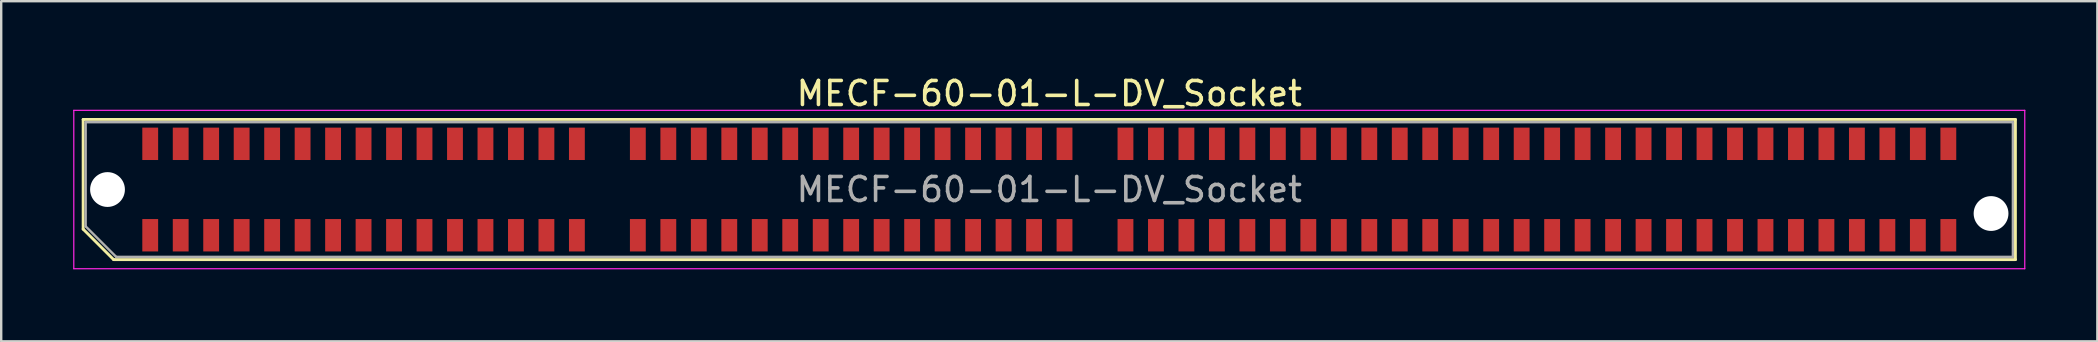
<source format=kicad_pcb>
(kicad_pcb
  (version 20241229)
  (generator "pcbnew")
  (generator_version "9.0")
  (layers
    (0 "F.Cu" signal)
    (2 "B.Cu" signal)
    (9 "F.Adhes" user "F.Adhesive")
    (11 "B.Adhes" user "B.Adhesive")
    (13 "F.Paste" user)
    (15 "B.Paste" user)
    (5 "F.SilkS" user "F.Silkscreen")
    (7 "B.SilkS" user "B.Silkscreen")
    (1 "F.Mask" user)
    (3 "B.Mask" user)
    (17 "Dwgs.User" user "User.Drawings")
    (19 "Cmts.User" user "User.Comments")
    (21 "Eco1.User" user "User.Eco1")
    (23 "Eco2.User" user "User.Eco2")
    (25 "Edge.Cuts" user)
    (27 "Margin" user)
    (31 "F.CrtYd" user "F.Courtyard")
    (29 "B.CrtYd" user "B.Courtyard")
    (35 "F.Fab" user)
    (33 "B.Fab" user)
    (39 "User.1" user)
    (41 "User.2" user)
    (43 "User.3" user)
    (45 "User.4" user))
  (footprint "MECF-60-01-L-DV_Socket"
    (layer "F.Cu")
    (at 40.675 4.848)
    (property "Reference" "MECF-60-01-L-DV_Socket" (at 0 -4 0) (layer "F.SilkS") (effects (font (size 1 1) (thickness 0.15))))
    (attr smd)
    (fp_line (start -40.26 -2.92) (end 40.26 -2.92) (stroke (width 0.12) (type solid)) (layer "F.SilkS"))
    (fp_line (start -40.26 1.65) (end -40.26 -2.92) (stroke (width 0.12) (type solid)) (layer "F.SilkS"))
    (fp_line (start -38.99 2.92) (end -40.26 1.65) (stroke (width 0.12) (type solid)) (layer "F.SilkS"))
    (fp_line (start -38.99 2.92) (end 40.26 2.92) (stroke (width 0.12) (type solid)) (layer "F.SilkS"))
    (fp_line (start 40.26 2.92) (end 40.26 -2.92) (stroke (width 0.12) (type solid)) (layer "F.SilkS"))
    (fp_line (start -40.65 -3.3) (end -40.65 3.3) (stroke (width 0.05) (type solid)) (layer "F.CrtYd"))
    (fp_line (start -40.65 3.3) (end 40.65 3.3) (stroke (width 0.05) (type solid)) (layer "F.CrtYd"))
    (fp_line (start 40.65 -3.3) (end -40.65 -3.3) (stroke (width 0.05) (type solid)) (layer "F.CrtYd"))
    (fp_line (start 40.65 3.3) (end 40.65 -3.3) (stroke (width 0.05) (type solid)) (layer "F.CrtYd"))
    (fp_line (start -40.155 -2.805) (end 40.155 -2.805) (stroke (width 0.1) (type solid)) (layer "F.Fab"))
    (fp_line (start -40.155 1.535) (end -40.155 -2.805) (stroke (width 0.1) (type solid)) (layer "F.Fab"))
    (fp_line (start -40.155 1.535) (end -38.885 2.805) (stroke (width 0.1) (type solid)) (layer "F.Fab"))
    (fp_line (start -38.885 2.805) (end 40.155 2.805) (stroke (width 0.1) (type solid)) (layer "F.Fab"))
    (fp_line (start 40.155 2.805) (end 40.155 -2.805) (stroke (width 0.1) (type solid)) (layer "F.Fab"))
    (fp_text user "${REFERENCE}" (at 0 0 0) (layer "F.Fab") (effects (font (size 1 1) (thickness 0.15))))
    (pad "" np_thru_hole circle (at -39.245 0) (size 1.45 1.45) (drill 1.45) (layers "*.Cu" "*.Mask"))
    (pad "" np_thru_hole circle (at 39.245 1) (size 1.45 1.45) (drill 1.45) (layers "*.Cu" "*.Mask"))
    (pad "1" smd rect (at -37.465 1.905) (size 0.66 1.35) (layers "F.Cu" "F.Mask" "F.Paste"))
    (pad "2" smd rect (at -37.465 -1.905) (size 0.66 1.35) (layers "F.Cu" "F.Mask" "F.Paste"))
    (pad "3" smd rect (at -36.195 1.905) (size 0.66 1.35) (layers "F.Cu" "F.Mask" "F.Paste"))
    (pad "4" smd rect (at -36.195 -1.905) (size 0.66 1.35) (layers "F.Cu" "F.Mask" "F.Paste"))
    (pad "5" smd rect (at -34.925 1.905) (size 0.66 1.35) (layers "F.Cu" "F.Mask" "F.Paste"))
    (pad "6" smd rect (at -34.925 -1.905) (size 0.66 1.35) (layers "F.Cu" "F.Mask" "F.Paste"))
    (pad "7" smd rect (at -33.655 1.905) (size 0.66 1.35) (layers "F.Cu" "F.Mask" "F.Paste"))
    (pad "8" smd rect (at -33.655 -1.905) (size 0.66 1.35) (layers "F.Cu" "F.Mask" "F.Paste"))
    (pad "9" smd rect (at -32.385 1.905) (size 0.66 1.35) (layers "F.Cu" "F.Mask" "F.Paste"))
    (pad "10" smd rect (at -32.385 -1.905) (size 0.66 1.35) (layers "F.Cu" "F.Mask" "F.Paste"))
    (pad "11" smd rect (at -31.115 1.905) (size 0.66 1.35) (layers "F.Cu" "F.Mask" "F.Paste"))
    (pad "12" smd rect (at -31.115 -1.905) (size 0.66 1.35) (layers "F.Cu" "F.Mask" "F.Paste"))
    (pad "13" smd rect (at -29.845 1.905) (size 0.66 1.35) (layers "F.Cu" "F.Mask" "F.Paste"))
    (pad "14" smd rect (at -29.845 -1.905) (size 0.66 1.35) (layers "F.Cu" "F.Mask" "F.Paste"))
    (pad "15" smd rect (at -28.575 1.905) (size 0.66 1.35) (layers "F.Cu" "F.Mask" "F.Paste"))
    (pad "16" smd rect (at -28.575 -1.905) (size 0.66 1.35) (layers "F.Cu" "F.Mask" "F.Paste"))
    (pad "17" smd rect (at -27.305 1.905) (size 0.66 1.35) (layers "F.Cu" "F.Mask" "F.Paste"))
    (pad "18" smd rect (at -27.305 -1.905) (size 0.66 1.35) (layers "F.Cu" "F.Mask" "F.Paste"))
    (pad "19" smd rect (at -26.035 1.905) (size 0.66 1.35) (layers "F.Cu" "F.Mask" "F.Paste"))
    (pad "20" smd rect (at -26.035 -1.905) (size 0.66 1.35) (layers "F.Cu" "F.Mask" "F.Paste"))
    (pad "21" smd rect (at -24.765 1.905) (size 0.66 1.35) (layers "F.Cu" "F.Mask" "F.Paste"))
    (pad "22" smd rect (at -24.765 -1.905) (size 0.66 1.35) (layers "F.Cu" "F.Mask" "F.Paste"))
    (pad "23" smd rect (at -23.495 1.905) (size 0.66 1.35) (layers "F.Cu" "F.Mask" "F.Paste"))
    (pad "24" smd rect (at -23.495 -1.905) (size 0.66 1.35) (layers "F.Cu" "F.Mask" "F.Paste"))
    (pad "25" smd rect (at -22.225 1.905) (size 0.66 1.35) (layers "F.Cu" "F.Mask" "F.Paste"))
    (pad "26" smd rect (at -22.225 -1.905) (size 0.66 1.35) (layers "F.Cu" "F.Mask" "F.Paste"))
    (pad "27" smd rect (at -20.955 1.905) (size 0.66 1.35) (layers "F.Cu" "F.Mask" "F.Paste"))
    (pad "28" smd rect (at -20.955 -1.905) (size 0.66 1.35) (layers "F.Cu" "F.Mask" "F.Paste"))
    (pad "29" smd rect (at -19.685 1.905) (size 0.66 1.35) (layers "F.Cu" "F.Mask" "F.Paste"))
    (pad "30" smd rect (at -19.685 -1.905) (size 0.66 1.35) (layers "F.Cu" "F.Mask" "F.Paste"))
    (pad "33" smd rect (at -17.145 1.905) (size 0.66 1.35) (layers "F.Cu" "F.Mask" "F.Paste"))
    (pad "34" smd rect (at -17.145 -1.905) (size 0.66 1.35) (layers "F.Cu" "F.Mask" "F.Paste"))
    (pad "35" smd rect (at -15.875 1.905) (size 0.66 1.35) (layers "F.Cu" "F.Mask" "F.Paste"))
    (pad "36" smd rect (at -15.875 -1.905) (size 0.66 1.35) (layers "F.Cu" "F.Mask" "F.Paste"))
    (pad "37" smd rect (at -14.605 1.905) (size 0.66 1.35) (layers "F.Cu" "F.Mask" "F.Paste"))
    (pad "38" smd rect (at -14.605 -1.905) (size 0.66 1.35) (layers "F.Cu" "F.Mask" "F.Paste"))
    (pad "39" smd rect (at -13.335 1.905) (size 0.66 1.35) (layers "F.Cu" "F.Mask" "F.Paste"))
    (pad "40" smd rect (at -13.335 -1.905) (size 0.66 1.35) (layers "F.Cu" "F.Mask" "F.Paste"))
    (pad "41" smd rect (at -12.065 1.905) (size 0.66 1.35) (layers "F.Cu" "F.Mask" "F.Paste"))
    (pad "42" smd rect (at -12.065 -1.905) (size 0.66 1.35) (layers "F.Cu" "F.Mask" "F.Paste"))
    (pad "43" smd rect (at -10.795 1.905) (size 0.66 1.35) (layers "F.Cu" "F.Mask" "F.Paste"))
    (pad "44" smd rect (at -10.795 -1.905) (size 0.66 1.35) (layers "F.Cu" "F.Mask" "F.Paste"))
    (pad "45" smd rect (at -9.525 1.905) (size 0.66 1.35) (layers "F.Cu" "F.Mask" "F.Paste"))
    (pad "46" smd rect (at -9.525 -1.905) (size 0.66 1.35) (layers "F.Cu" "F.Mask" "F.Paste"))
    (pad "47" smd rect (at -8.255 1.905) (size 0.66 1.35) (layers "F.Cu" "F.Mask" "F.Paste"))
    (pad "48" smd rect (at -8.255 -1.905) (size 0.66 1.35) (layers "F.Cu" "F.Mask" "F.Paste"))
    (pad "49" smd rect (at -6.985 1.905) (size 0.66 1.35) (layers "F.Cu" "F.Mask" "F.Paste"))
    (pad "50" smd rect (at -6.985 -1.905) (size 0.66 1.35) (layers "F.Cu" "F.Mask" "F.Paste"))
    (pad "51" smd rect (at -5.715 1.905) (size 0.66 1.35) (layers "F.Cu" "F.Mask" "F.Paste"))
    (pad "52" smd rect (at -5.715 -1.905) (size 0.66 1.35) (layers "F.Cu" "F.Mask" "F.Paste"))
    (pad "53" smd rect (at -4.445 1.905) (size 0.66 1.35) (layers "F.Cu" "F.Mask" "F.Paste"))
    (pad "54" smd rect (at -4.445 -1.905) (size 0.66 1.35) (layers "F.Cu" "F.Mask" "F.Paste"))
    (pad "55" smd rect (at -3.175 1.905) (size 0.66 1.35) (layers "F.Cu" "F.Mask" "F.Paste"))
    (pad "56" smd rect (at -3.175 -1.905) (size 0.66 1.35) (layers "F.Cu" "F.Mask" "F.Paste"))
    (pad "57" smd rect (at -1.905 1.905) (size 0.66 1.35) (layers "F.Cu" "F.Mask" "F.Paste"))
    (pad "58" smd rect (at -1.905 -1.905) (size 0.66 1.35) (layers "F.Cu" "F.Mask" "F.Paste"))
    (pad "59" smd rect (at -0.635 1.905) (size 0.66 1.35) (layers "F.Cu" "F.Mask" "F.Paste"))
    (pad "60" smd rect (at -0.635 -1.905) (size 0.66 1.35) (layers "F.Cu" "F.Mask" "F.Paste"))
    (pad "61" smd rect (at 0.635 1.905) (size 0.66 1.35) (layers "F.Cu" "F.Mask" "F.Paste"))
    (pad "62" smd rect (at 0.635 -1.905) (size 0.66 1.35) (layers "F.Cu" "F.Mask" "F.Paste"))
    (pad "65" smd rect (at 3.175 1.905) (size 0.66 1.35) (layers "F.Cu" "F.Mask" "F.Paste"))
    (pad "66" smd rect (at 3.175 -1.905) (size 0.66 1.35) (layers "F.Cu" "F.Mask" "F.Paste"))
    (pad "67" smd rect (at 4.445 1.905) (size 0.66 1.35) (layers "F.Cu" "F.Mask" "F.Paste"))
    (pad "68" smd rect (at 4.445 -1.905) (size 0.66 1.35) (layers "F.Cu" "F.Mask" "F.Paste"))
    (pad "69" smd rect (at 5.715 1.905) (size 0.66 1.35) (layers "F.Cu" "F.Mask" "F.Paste"))
    (pad "70" smd rect (at 5.715 -1.905) (size 0.66 1.35) (layers "F.Cu" "F.Mask" "F.Paste"))
    (pad "71" smd rect (at 6.985 1.905) (size 0.66 1.35) (layers "F.Cu" "F.Mask" "F.Paste"))
    (pad "72" smd rect (at 6.985 -1.905) (size 0.66 1.35) (layers "F.Cu" "F.Mask" "F.Paste"))
    (pad "73" smd rect (at 8.255 1.905) (size 0.66 1.35) (layers "F.Cu" "F.Mask" "F.Paste"))
    (pad "74" smd rect (at 8.255 -1.905) (size 0.66 1.35) (layers "F.Cu" "F.Mask" "F.Paste"))
    (pad "75" smd rect (at 9.525 1.905) (size 0.66 1.35) (layers "F.Cu" "F.Mask" "F.Paste"))
    (pad "76" smd rect (at 9.525 -1.905) (size 0.66 1.35) (layers "F.Cu" "F.Mask" "F.Paste"))
    (pad "77" smd rect (at 10.795 1.905) (size 0.66 1.35) (layers "F.Cu" "F.Mask" "F.Paste"))
    (pad "78" smd rect (at 10.795 -1.905) (size 0.66 1.35) (layers "F.Cu" "F.Mask" "F.Paste"))
    (pad "79" smd rect (at 12.065 1.905) (size 0.66 1.35) (layers "F.Cu" "F.Mask" "F.Paste"))
    (pad "80" smd rect (at 12.065 -1.905) (size 0.66 1.35) (layers "F.Cu" "F.Mask" "F.Paste"))
    (pad "81" smd rect (at 13.335 1.905) (size 0.66 1.35) (layers "F.Cu" "F.Mask" "F.Paste"))
    (pad "82" smd rect (at 13.335 -1.905) (size 0.66 1.35) (layers "F.Cu" "F.Mask" "F.Paste"))
    (pad "83" smd rect (at 14.605 1.905) (size 0.66 1.35) (layers "F.Cu" "F.Mask" "F.Paste"))
    (pad "84" smd rect (at 14.605 -1.905) (size 0.66 1.35) (layers "F.Cu" "F.Mask" "F.Paste"))
    (pad "85" smd rect (at 15.875 1.905) (size 0.66 1.35) (layers "F.Cu" "F.Mask" "F.Paste"))
    (pad "86" smd rect (at 15.875 -1.905) (size 0.66 1.35) (layers "F.Cu" "F.Mask" "F.Paste"))
    (pad "87" smd rect (at 17.145 1.905) (size 0.66 1.35) (layers "F.Cu" "F.Mask" "F.Paste"))
    (pad "88" smd rect (at 17.145 -1.905) (size 0.66 1.35) (layers "F.Cu" "F.Mask" "F.Paste"))
    (pad "89" smd rect (at 18.415 1.905) (size 0.66 1.35) (layers "F.Cu" "F.Mask" "F.Paste"))
    (pad "90" smd rect (at 18.415 -1.905) (size 0.66 1.35) (layers "F.Cu" "F.Mask" "F.Paste"))
    (pad "91" smd rect (at 19.685 1.905) (size 0.66 1.35) (layers "F.Cu" "F.Mask" "F.Paste"))
    (pad "92" smd rect (at 19.685 -1.905) (size 0.66 1.35) (layers "F.Cu" "F.Mask" "F.Paste"))
    (pad "93" smd rect (at 20.955 1.905) (size 0.66 1.35) (layers "F.Cu" "F.Mask" "F.Paste"))
    (pad "94" smd rect (at 20.955 -1.905) (size 0.66 1.35) (layers "F.Cu" "F.Mask" "F.Paste"))
    (pad "95" smd rect (at 22.225 1.905) (size 0.66 1.35) (layers "F.Cu" "F.Mask" "F.Paste"))
    (pad "96" smd rect (at 22.225 -1.905) (size 0.66 1.35) (layers "F.Cu" "F.Mask" "F.Paste"))
    (pad "97" smd rect (at 23.495 1.905) (size 0.66 1.35) (layers "F.Cu" "F.Mask" "F.Paste"))
    (pad "98" smd rect (at 23.495 -1.905) (size 0.66 1.35) (layers "F.Cu" "F.Mask" "F.Paste"))
    (pad "99" smd rect (at 24.765 1.905) (size 0.66 1.35) (layers "F.Cu" "F.Mask" "F.Paste"))
    (pad "100" smd rect (at 24.765 -1.905) (size 0.66 1.35) (layers "F.Cu" "F.Mask" "F.Paste"))
    (pad "101" smd rect (at 26.035 1.905) (size 0.66 1.35) (layers "F.Cu" "F.Mask" "F.Paste"))
    (pad "102" smd rect (at 26.035 -1.905) (size 0.66 1.35) (layers "F.Cu" "F.Mask" "F.Paste"))
    (pad "103" smd rect (at 27.305 1.905) (size 0.66 1.35) (layers "F.Cu" "F.Mask" "F.Paste"))
    (pad "104" smd rect (at 27.305 -1.905) (size 0.66 1.35) (layers "F.Cu" "F.Mask" "F.Paste"))
    (pad "105" smd rect (at 28.575 1.905) (size 0.66 1.35) (layers "F.Cu" "F.Mask" "F.Paste"))
    (pad "106" smd rect (at 28.575 -1.905) (size 0.66 1.35) (layers "F.Cu" "F.Mask" "F.Paste"))
    (pad "107" smd rect (at 29.845 1.905) (size 0.66 1.35) (layers "F.Cu" "F.Mask" "F.Paste"))
    (pad "108" smd rect (at 29.845 -1.905) (size 0.66 1.35) (layers "F.Cu" "F.Mask" "F.Paste"))
    (pad "109" smd rect (at 31.115 1.905) (size 0.66 1.35) (layers "F.Cu" "F.Mask" "F.Paste"))
    (pad "110" smd rect (at 31.115 -1.905) (size 0.66 1.35) (layers "F.Cu" "F.Mask" "F.Paste"))
    (pad "111" smd rect (at 32.385 1.905) (size 0.66 1.35) (layers "F.Cu" "F.Mask" "F.Paste"))
    (pad "112" smd rect (at 32.385 -1.905) (size 0.66 1.35) (layers "F.Cu" "F.Mask" "F.Paste"))
    (pad "113" smd rect (at 33.655 1.905) (size 0.66 1.35) (layers "F.Cu" "F.Mask" "F.Paste"))
    (pad "114" smd rect (at 33.655 -1.905) (size 0.66 1.35) (layers "F.Cu" "F.Mask" "F.Paste"))
    (pad "115" smd rect (at 34.925 1.905) (size 0.66 1.35) (layers "F.Cu" "F.Mask" "F.Paste"))
    (pad "116" smd rect (at 34.925 -1.905) (size 0.66 1.35) (layers "F.Cu" "F.Mask" "F.Paste"))
    (pad "117" smd rect (at 36.195 1.905) (size 0.66 1.35) (layers "F.Cu" "F.Mask" "F.Paste"))
    (pad "118" smd rect (at 36.195 -1.905) (size 0.66 1.35) (layers "F.Cu" "F.Mask" "F.Paste"))
    (pad "119" smd rect (at 37.465 1.905) (size 0.66 1.35) (layers "F.Cu" "F.Mask" "F.Paste"))
    (pad "120" smd rect (at 37.465 -1.905) (size 0.66 1.35) (layers "F.Cu" "F.Mask" "F.Paste")))
  (gr_rect
    (start -3 -3)
    (end 84.35 11.173)
    (stroke (width 0.1) (type default))
    (fill no)
    (layer "Edge.Cuts")))
</source>
